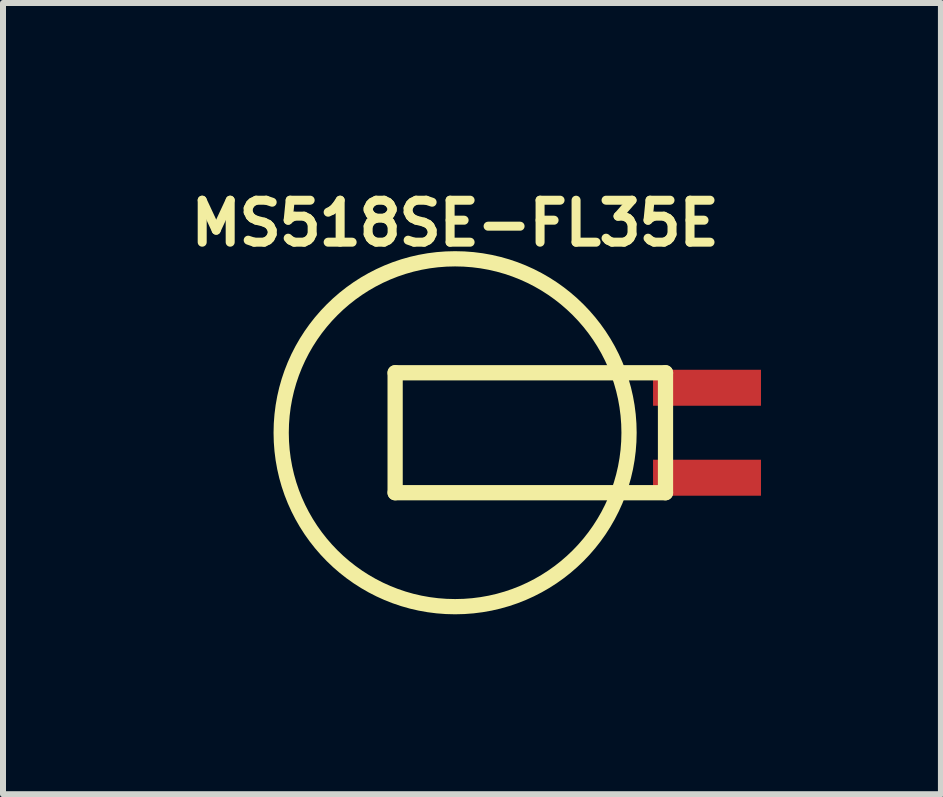
<source format=kicad_pcb>
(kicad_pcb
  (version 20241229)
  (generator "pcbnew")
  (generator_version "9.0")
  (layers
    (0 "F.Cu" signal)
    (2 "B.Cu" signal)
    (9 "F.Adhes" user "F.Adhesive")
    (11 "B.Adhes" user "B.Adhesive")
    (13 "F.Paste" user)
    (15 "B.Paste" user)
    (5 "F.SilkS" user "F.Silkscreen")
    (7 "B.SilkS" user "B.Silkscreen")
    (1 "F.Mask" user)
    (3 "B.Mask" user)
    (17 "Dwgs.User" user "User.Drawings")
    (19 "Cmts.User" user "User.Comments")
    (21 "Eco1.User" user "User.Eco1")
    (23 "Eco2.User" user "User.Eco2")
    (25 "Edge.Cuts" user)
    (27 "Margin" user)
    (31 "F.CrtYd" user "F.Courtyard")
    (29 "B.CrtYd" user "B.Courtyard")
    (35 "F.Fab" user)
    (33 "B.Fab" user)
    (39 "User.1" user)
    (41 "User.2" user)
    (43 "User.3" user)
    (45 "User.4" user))
  (footprint "MS518SE-FL35E"
    (layer "F.Cu")
    (at 4.538 4.165)
    (property "Reference" "MS518SE-FL35E" (at 0 -3.493 0) (layer "F.SilkS") (effects (font (size 0.7 0.7) (thickness 0.15))))
    (attr smd)
    (fp_line (start -1 -1) (end 3.508 -1) (stroke (width 0.254) (type solid)) (layer "F.SilkS"))
    (fp_line (start -1 1) (end -1 -1) (stroke (width 0.254) (type solid)) (layer "F.SilkS"))
    (fp_line (start 3.508 -1) (end 3.508 1) (stroke (width 0.254) (type solid)) (layer "F.SilkS"))
    (fp_line (start 3.508 1) (end -1 1) (stroke (width 0.254) (type solid)) (layer "F.SilkS"))
    (fp_circle (center 0 0) (end 2.9 0) (stroke (width 0.254) (type solid)) (fill no) (layer "F.SilkS"))
    (pad "+" smd rect (at 4.2 -0.75) (size 1.8 0.6) (layers "F.Cu" "F.Mask" "F.Paste"))
    (pad "-" smd rect (at 4.2 0.75) (size 1.8 0.6) (layers "F.Cu" "F.Mask" "F.Paste")))
  (gr_rect
    (start -3 -3)
    (end 12.638 10.192)
    (stroke (width 0.1) (type default))
    (fill no)
    (layer "Edge.Cuts")))
</source>
